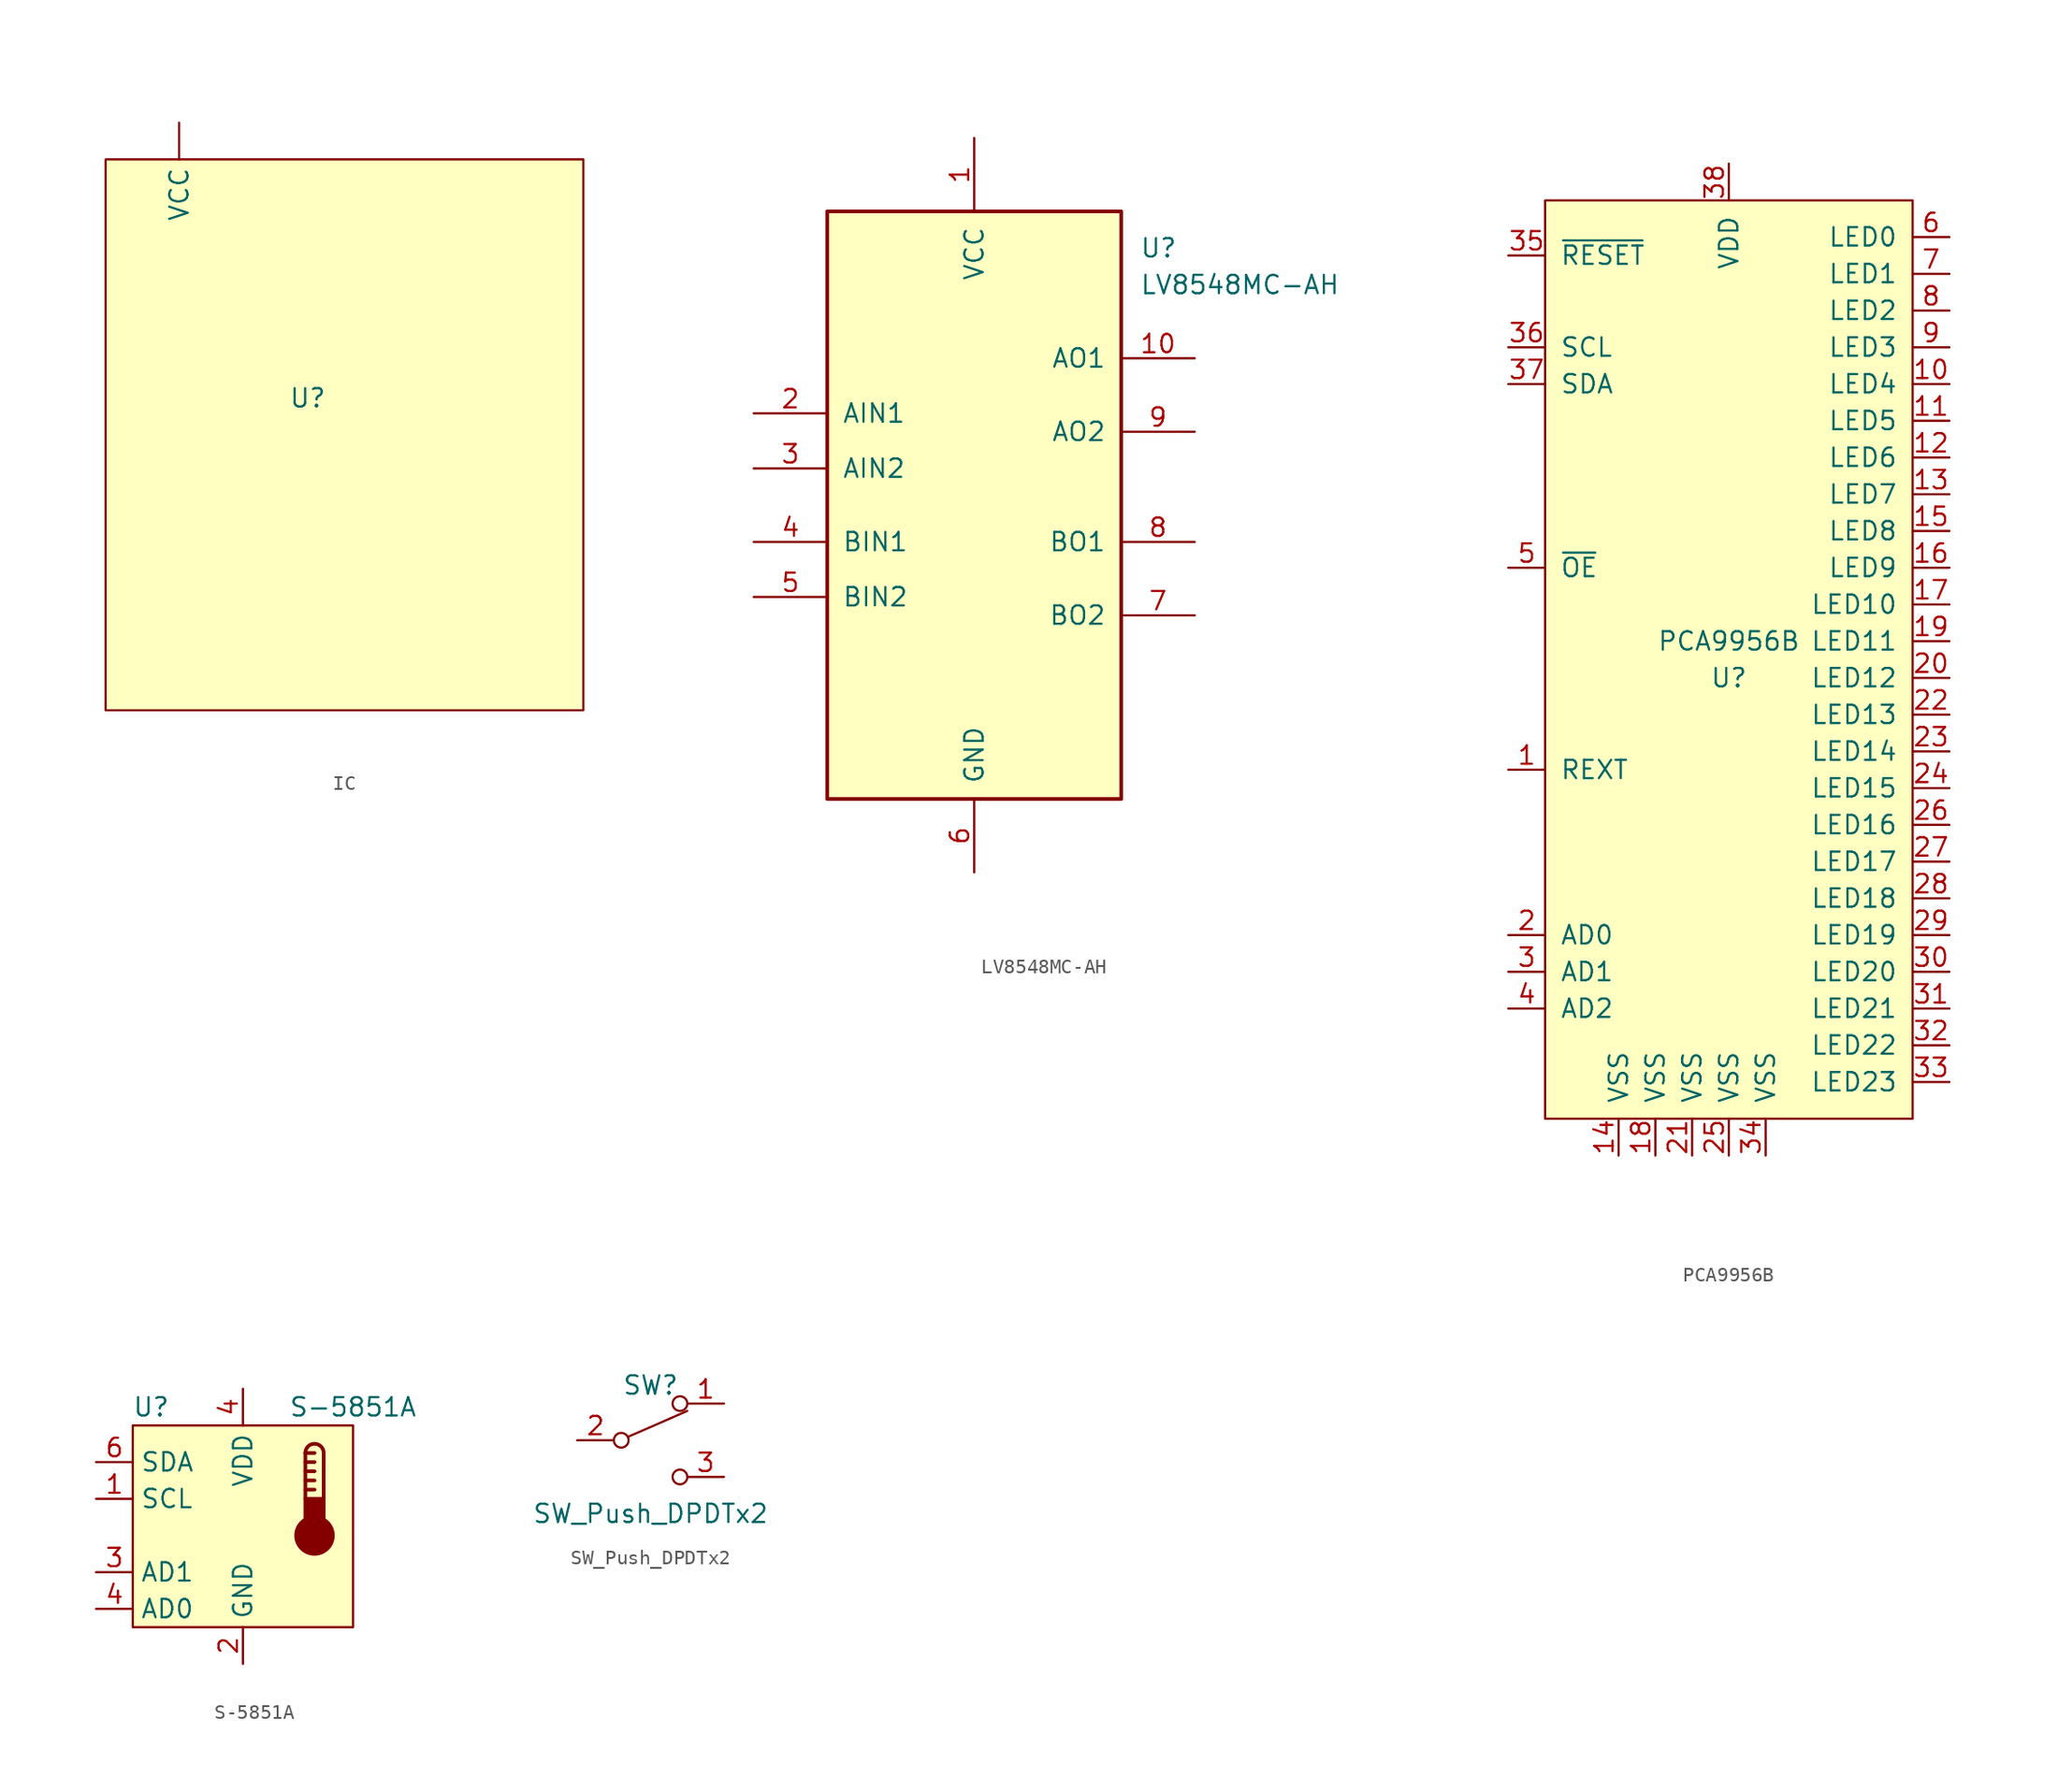
<source format=kicad_sym>
(kicad_symbol_lib
  (version 20220914)
  (generator kicad_symbol_editor)
  (symbol "IC"
    (property "Reference" "U"
      (at 8.89 -8.89 0)
      (effects (font (size 1.27 1.27))))
    (property "Value" ""
      (at 0 0 0)
      (effects (font (size 1.27 1.27))))
    (symbol "IC_1_1"
      (rectangle (start -5.08 7.62) (end 27.94 -30.48) (stroke (width 0) (type default)) (fill (type background)))
      (pin power_in line (at 0 10.16 270) (length 2.54) (name "VCC" (effects (font (size 1.27 1.27)))) (number "" (effects (font (size 1.27 1.27)))))))
  (symbol "LV8548MC-AH"
    (pin_names
      (offset 1.016))
    (property "Reference" "U"
      (at 11.43 17.78 0)
      (effects (font (size 1.27 1.27)) (justify left)))
    (property "Value" "LV8548MC-AH"
      (at 11.43 15.24 0)
      (effects (font (size 1.27 1.27)) (justify left)))
    (symbol "LV8548MC-AH_0_1"
      (rectangle (start -10.16 20.32) (end 10.16 -20.32) (stroke (width 0.254) (type default)) (fill (type background))))
    (symbol "LV8548MC-AH_1_1"
      (pin power_in line (at 0 25.4 270) (length 5.08) (name "VCC" (effects (font (size 1.27 1.27)))) (number "1" (effects (font (size 1.27 1.27)))))
      (pin output line (at 15.24 10.16 180) (length 5.08) (name "AO1" (effects (font (size 1.27 1.27)))) (number "10" (effects (font (size 1.27 1.27)))))
      (pin input line (at -15.24 6.35 0) (length 5.08) (name "AIN1" (effects (font (size 1.27 1.27)))) (number "2" (effects (font (size 1.27 1.27)))))
      (pin input line (at -15.24 2.54 0) (length 5.08) (name "AIN2" (effects (font (size 1.27 1.27)))) (number "3" (effects (font (size 1.27 1.27)))))
      (pin input line (at -15.24 -2.54 0) (length 5.08) (name "BIN1" (effects (font (size 1.27 1.27)))) (number "4" (effects (font (size 1.27 1.27)))))
      (pin input line (at -15.24 -6.35 0) (length 5.08) (name "BIN2" (effects (font (size 1.27 1.27)))) (number "5" (effects (font (size 1.27 1.27)))))
      (pin power_in line (at 0 -25.4 90) (length 5.08) (name "GND" (effects (font (size 1.27 1.27)))) (number "6" (effects (font (size 1.27 1.27)))))
      (pin output line (at 15.24 -7.62 180) (length 5.08) (name "BO2" (effects (font (size 1.27 1.27)))) (number "7" (effects (font (size 1.27 1.27)))))
      (pin output line (at 15.24 -2.54 180) (length 5.08) (name "BO1" (effects (font (size 1.27 1.27)))) (number "8" (effects (font (size 1.27 1.27)))))
      (pin output line (at 15.24 5.08 180) (length 5.08) (name "AO2" (effects (font (size 1.27 1.27)))) (number "9" (effects (font (size 1.27 1.27)))))))
  (symbol "PCA9956B"
    (pin_names
      (offset 1.016))
    (property "Reference" "U"
      (at 0 -1.27 0)
      (effects (font (size 1.27 1.27))))
    (property "Value" "PCA9956B"
      (at 0 1.27 0)
      (effects (font (size 1.27 1.27))))
    (symbol "PCA9956B_0_1"
      (rectangle (start 12.7 -31.75) (end -12.7 31.75) (stroke (width 0) (type solid)) (fill (type background))))
    (symbol "PCA9956B_1_1"
      (pin input line (at -15.24 -7.62 0) (length 2.54) (name "REXT" (effects (font (size 1.27 1.27)))) (number "1" (effects (font (size 1.27 1.27)))))
      (pin output line (at 15.24 19.05 180) (length 2.54) (name "LED4" (effects (font (size 1.27 1.27)))) (number "10" (effects (font (size 1.27 1.27)))))
      (pin output line (at 15.24 16.51 180) (length 2.54) (name "LED5" (effects (font (size 1.27 1.27)))) (number "11" (effects (font (size 1.27 1.27)))))
      (pin output line (at 15.24 13.97 180) (length 2.54) (name "LED6" (effects (font (size 1.27 1.27)))) (number "12" (effects (font (size 1.27 1.27)))))
      (pin output line (at 15.24 11.43 180) (length 2.54) (name "LED7" (effects (font (size 1.27 1.27)))) (number "13" (effects (font (size 1.27 1.27)))))
      (pin power_out line (at -7.62 -34.29 90) (length 2.54) (name "VSS" (effects (font (size 1.27 1.27)))) (number "14" (effects (font (size 1.27 1.27)))))
      (pin output line (at 15.24 8.89 180) (length 2.54) (name "LED8" (effects (font (size 1.27 1.27)))) (number "15" (effects (font (size 1.27 1.27)))))
      (pin output line (at 15.24 6.35 180) (length 2.54) (name "LED9" (effects (font (size 1.27 1.27)))) (number "16" (effects (font (size 1.27 1.27)))))
      (pin output line (at 15.24 3.81 180) (length 2.54) (name "LED10" (effects (font (size 1.27 1.27)))) (number "17" (effects (font (size 1.27 1.27)))))
      (pin power_out line (at -5.08 -34.29 90) (length 2.54) (name "VSS" (effects (font (size 1.27 1.27)))) (number "18" (effects (font (size 1.27 1.27)))))
      (pin output line (at 15.24 1.27 180) (length 2.54) (name "LED11" (effects (font (size 1.27 1.27)))) (number "19" (effects (font (size 1.27 1.27)))))
      (pin input line (at -15.24 -19.05 0) (length 2.54) (name "AD0" (effects (font (size 1.27 1.27)))) (number "2" (effects (font (size 1.27 1.27)))))
      (pin output line (at 15.24 -1.27 180) (length 2.54) (name "LED12" (effects (font (size 1.27 1.27)))) (number "20" (effects (font (size 1.27 1.27)))))
      (pin power_out line (at -2.54 -34.29 90) (length 2.54) (name "VSS" (effects (font (size 1.27 1.27)))) (number "21" (effects (font (size 1.27 1.27)))))
      (pin output line (at 15.24 -3.81 180) (length 2.54) (name "LED13" (effects (font (size 1.27 1.27)))) (number "22" (effects (font (size 1.27 1.27)))))
      (pin output line (at 15.24 -6.35 180) (length 2.54) (name "LED14" (effects (font (size 1.27 1.27)))) (number "23" (effects (font (size 1.27 1.27)))))
      (pin output line (at 15.24 -8.89 180) (length 2.54) (name "LED15" (effects (font (size 1.27 1.27)))) (number "24" (effects (font (size 1.27 1.27)))))
      (pin power_out line (at 0 -34.29 90) (length 2.54) (name "VSS" (effects (font (size 1.27 1.27)))) (number "25" (effects (font (size 1.27 1.27)))))
      (pin output line (at 15.24 -11.43 180) (length 2.54) (name "LED16" (effects (font (size 1.27 1.27)))) (number "26" (effects (font (size 1.27 1.27)))))
      (pin output line (at 15.24 -13.97 180) (length 2.54) (name "LED17" (effects (font (size 1.27 1.27)))) (number "27" (effects (font (size 1.27 1.27)))))
      (pin output line (at 15.24 -16.51 180) (length 2.54) (name "LED18" (effects (font (size 1.27 1.27)))) (number "28" (effects (font (size 1.27 1.27)))))
      (pin output line (at 15.24 -19.05 180) (length 2.54) (name "LED19" (effects (font (size 1.27 1.27)))) (number "29" (effects (font (size 1.27 1.27)))))
      (pin input line (at -15.24 -21.59 0) (length 2.54) (name "AD1" (effects (font (size 1.27 1.27)))) (number "3" (effects (font (size 1.27 1.27)))))
      (pin output line (at 15.24 -21.59 180) (length 2.54) (name "LED20" (effects (font (size 1.27 1.27)))) (number "30" (effects (font (size 1.27 1.27)))))
      (pin output line (at 15.24 -24.13 180) (length 2.54) (name "LED21" (effects (font (size 1.27 1.27)))) (number "31" (effects (font (size 1.27 1.27)))))
      (pin output line (at 15.24 -26.67 180) (length 2.54) (name "LED22" (effects (font (size 1.27 1.27)))) (number "32" (effects (font (size 1.27 1.27)))))
      (pin output line (at 15.24 -29.21 180) (length 2.54) (name "LED23" (effects (font (size 1.27 1.27)))) (number "33" (effects (font (size 1.27 1.27)))))
      (pin power_out line (at 2.54 -34.29 90) (length 2.54) (name "VSS" (effects (font (size 1.27 1.27)))) (number "34" (effects (font (size 1.27 1.27)))))
      (pin input line (at -15.24 27.94 0) (length 2.54) (name "~{RESET}" (effects (font (size 1.27 1.27)))) (number "35" (effects (font (size 1.27 1.27)))))
      (pin input line (at -15.24 21.59 0) (length 2.54) (name "SCL" (effects (font (size 1.27 1.27)))) (number "36" (effects (font (size 1.27 1.27)))))
      (pin bidirectional line (at -15.24 19.05 0) (length 2.54) (name "SDA" (effects (font (size 1.27 1.27)))) (number "37" (effects (font (size 1.27 1.27)))))
      (pin power_in line (at 0 34.29 270) (length 2.54) (name "VDD" (effects (font (size 1.27 1.27)))) (number "38" (effects (font (size 1.27 1.27)))))
      (pin input line (at -15.24 -24.13 0) (length 2.54) (name "AD2" (effects (font (size 1.27 1.27)))) (number "4" (effects (font (size 1.27 1.27)))))
      (pin input line (at -15.24 6.35 0) (length 2.54) (name "~{OE}" (effects (font (size 1.27 1.27)))) (number "5" (effects (font (size 1.27 1.27)))))
      (pin output line (at 15.24 29.21 180) (length 2.54) (name "LED0" (effects (font (size 1.27 1.27)))) (number "6" (effects (font (size 1.27 1.27)))))
      (pin output line (at 15.24 26.67 180) (length 2.54) (name "LED1" (effects (font (size 1.27 1.27)))) (number "7" (effects (font (size 1.27 1.27)))))
      (pin output line (at 15.24 24.13 180) (length 2.54) (name "LED2" (effects (font (size 1.27 1.27)))) (number "8" (effects (font (size 1.27 1.27)))))
      (pin output line (at 15.24 21.59 180) (length 2.54) (name "LED3" (effects (font (size 1.27 1.27)))) (number "9" (effects (font (size 1.27 1.27)))))))
  (symbol "S-5851A"
    (property "Reference" "U"
      (at -6.35 8.89 0)
      (effects (font (size 1.27 1.27))))
    (property "Value" "S-5851A"
      (at 7.62 8.89 0)
      (effects (font (size 1.27 1.27))))
    (symbol "S-5851A_0_1"
      (rectangle (start 7.62 7.62) (end -7.62 -6.35) (stroke (width 0) (type solid)) (fill (type background))))
    (symbol "S-5851A_1_1"
      (polyline (pts (xy 4.318 3.175) (xy 4.953 3.175)) (stroke (width 0.254) (type solid)) (fill (type none)))
      (polyline (pts (xy 4.318 3.81) (xy 4.953 3.81)) (stroke (width 0.254) (type solid)) (fill (type none)))
      (polyline (pts (xy 4.318 4.445) (xy 4.953 4.445)) (stroke (width 0.254) (type solid)) (fill (type none)))
      (polyline (pts (xy 4.318 5.08) (xy 4.953 5.08)) (stroke (width 0.254) (type solid)) (fill (type none)))
      (polyline (pts (xy 4.318 5.715) (xy 4.318 2.54)) (stroke (width 0.254) (type solid)) (fill (type none)))
      (polyline (pts (xy 4.318 5.715) (xy 4.953 5.715)) (stroke (width 0.254) (type solid)) (fill (type none)))
      (polyline (pts (xy 5.588 5.715) (xy 5.588 2.54)) (stroke (width 0.254) (type solid)) (fill (type none)))
      (circle (center 4.953 0) (radius 1.27) (stroke (width 0.254) (type solid)) (fill (type outline)))
      (rectangle (start 5.588 0.635) (end 4.318 2.54) (stroke (width 0.254) (type solid)) (fill (type outline)))
      (arc (start 5.588 5.715) (mid 4.953 6.3473) (end 4.318 5.715) (stroke (width 0.254) (type solid)) (fill (type none)))
      (pin bidirectional line (at -10.16 2.54 0) (length 2.54) (name "SCL" (effects (font (size 1.27 1.27)))) (number "1" (effects (font (size 1.27 1.27)))))
      (pin power_in line (at 0 -8.89 90) (length 2.54) (name "GND" (effects (font (size 1.27 1.27)))) (number "2" (effects (font (size 1.27 1.27)))))
      (pin input line (at -10.16 -2.54 0) (length 2.54) (name "AD1" (effects (font (size 1.27 1.27)))) (number "3" (effects (font (size 1.27 1.27)))))
      (pin input line (at -10.16 -5.08 0) (length 2.54) (name "AD0" (effects (font (size 1.27 1.27)))) (number "4" (effects (font (size 1.27 1.27)))))
      (pin power_in line (at 0 10.16 270) (length 2.54) (name "VDD" (effects (font (size 1.27 1.27)))) (number "4" (effects (font (size 1.27 1.27)))))
      (pin input line (at -10.16 5.08 0) (length 2.54) (name "SDA" (effects (font (size 1.27 1.27)))) (number "6" (effects (font (size 1.27 1.27)))))))
  (symbol "SW_Push_DPDTx2"
    (pin_names
      (offset 0) hide)
    (property "Reference" "SW"
      (at 0 3.81 0)
      (effects (font (size 1.27 1.27))))
    (property "Value" "SW_Push_DPDTx2"
      (at 0 -5.08 0)
      (effects (font (size 1.27 1.27))))
    (symbol "SW_Push_DPDTx2_0_0"
      (circle (center -2.032 0) (radius 0.508) (stroke (width 0) (type solid)) (fill (type none)))
      (circle (center 2.032 -2.54) (radius 0.508) (stroke (width 0) (type solid)) (fill (type none))))
    (symbol "SW_Push_DPDTx2_0_1"
      (polyline (pts (xy -1.524 0.254) (xy 2.54 2.032)) (stroke (width 0) (type solid)) (fill (type none)))
      (circle (center 2.032 2.54) (radius 0.508) (stroke (width 0) (type solid)) (fill (type none))))
    (symbol "SW_Push_DPDTx2_1_1"
      (pin passive line (at 5.08 2.54 180) (length 2.54) (name "A" (effects (font (size 1.27 1.27)))) (number "1" (effects (font (size 1.27 1.27)))))
      (pin passive line (at -5.08 0 0) (length 2.54) (name "B" (effects (font (size 1.27 1.27)))) (number "2" (effects (font (size 1.27 1.27)))))
      (pin passive line (at 5.08 -2.54 180) (length 2.54) (name "C" (effects (font (size 1.27 1.27)))) (number "3" (effects (font (size 1.27 1.27)))))
      (pin passive line (at 5.08 2.54 180) (length 2.54) hide (name "A" (effects (font (size 1.27 1.27)))) (number "4" (effects (font (size 1.27 1.27)))))
      (pin passive line (at -5.08 0 0) (length 2.54) hide (name "B" (effects (font (size 1.27 1.27)))) (number "5" (effects (font (size 1.27 1.27)))))
      (pin passive line (at 5.08 -2.54 180) (length 2.54) hide (name "C" (effects (font (size 1.27 1.27)))) (number "6" (effects (font (size 1.27 1.27))))))))
</source>
